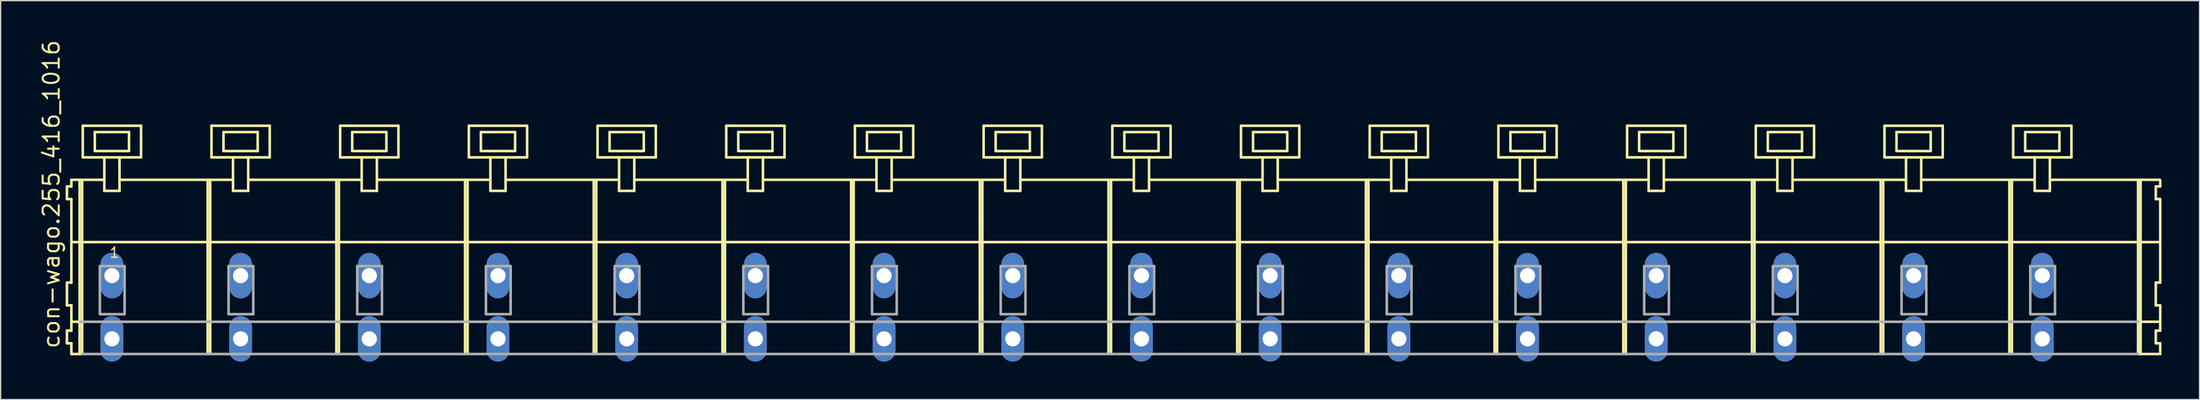
<source format=kicad_pcb>
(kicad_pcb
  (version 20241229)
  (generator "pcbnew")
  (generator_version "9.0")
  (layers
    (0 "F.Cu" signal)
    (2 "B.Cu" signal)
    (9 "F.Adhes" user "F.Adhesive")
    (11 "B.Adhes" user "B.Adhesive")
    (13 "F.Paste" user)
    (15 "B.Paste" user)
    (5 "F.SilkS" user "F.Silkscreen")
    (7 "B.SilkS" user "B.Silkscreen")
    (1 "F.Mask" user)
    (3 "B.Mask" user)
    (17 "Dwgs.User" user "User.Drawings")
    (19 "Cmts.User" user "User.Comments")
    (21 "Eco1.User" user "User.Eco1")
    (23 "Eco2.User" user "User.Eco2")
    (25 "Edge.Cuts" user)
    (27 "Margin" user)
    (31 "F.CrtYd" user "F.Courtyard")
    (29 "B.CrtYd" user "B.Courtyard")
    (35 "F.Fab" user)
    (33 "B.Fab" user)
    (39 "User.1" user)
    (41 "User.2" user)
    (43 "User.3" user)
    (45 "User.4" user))
  (footprint "con-wago.255_416_1016"
    (layer "F.Cu")
    (at 84.525 18.743)
    (property "Reference" "con-wago.255_416_1016" (at -82.775 5.855 90) (layer "F.SilkS") (effects (font (size 1.27 1.27) (thickness 0.16)) (justify left bottom)))
    (attr through_hole)
    (fp_line (start -82.29 -7.05) (end -82.29 -6.05) (stroke (width 0.203) (type default)) (layer "F.SilkS"))
    (fp_line (start -82.29 -6.05) (end -81.94 -6.05) (stroke (width 0.203) (type default)) (layer "F.SilkS"))
    (fp_line (start -82.29 0.55) (end -82.29 2.35) (stroke (width 0.203) (type default)) (layer "F.SilkS"))
    (fp_line (start -82.29 2.35) (end -81.94 2.35) (stroke (width 0.203) (type default)) (layer "F.SilkS"))
    (fp_line (start -82.29 4.35) (end -82.29 5.35) (stroke (width 0.203) (type default)) (layer "F.SilkS"))
    (fp_line (start -82.29 5.35) (end -81.94 5.35) (stroke (width 0.203) (type default)) (layer "F.SilkS"))
    (fp_line (start -81.94 -7.575) (end -81.94 -7.05) (stroke (width 0.203) (type default)) (layer "F.SilkS"))
    (fp_line (start -81.94 -7.575) (end -79.365 -7.575) (stroke (width 0.203) (type default)) (layer "F.SilkS"))
    (fp_line (start -81.94 -7.05) (end -82.29 -7.05) (stroke (width 0.203) (type default)) (layer "F.SilkS"))
    (fp_line (start -81.94 -6.05) (end -81.94 0.55) (stroke (width 0.203) (type default)) (layer "F.SilkS"))
    (fp_line (start -81.94 0.55) (end -82.29 0.55) (stroke (width 0.203) (type default)) (layer "F.SilkS"))
    (fp_line (start -81.94 2.35) (end -81.94 4.35) (stroke (width 0.203) (type default)) (layer "F.SilkS"))
    (fp_line (start -81.94 3.65) (end -81.24 3.65) (stroke (width 0.203) (type default)) (layer "F.SilkS"))
    (fp_line (start -81.94 4.35) (end -82.29 4.35) (stroke (width 0.203) (type default)) (layer "F.SilkS"))
    (fp_line (start -81.94 5.35) (end -81.94 6.2) (stroke (width 0.203) (type default)) (layer "F.SilkS"))
    (fp_line (start -81.94 6.2) (end -81.29 6.2) (stroke (width 0.203) (type default)) (layer "F.SilkS"))
    (fp_line (start -81.89 -2.65) (end 82.92 -2.65) (stroke (width 0.203) (type default)) (layer "F.SilkS"))
    (fp_line (start -81.29 -7.55) (end -81.29 6.2) (stroke (width 0.203) (type default)) (layer "F.SilkS"))
    (fp_line (start -81.29 6.2) (end -81.09 6.2) (stroke (width 0.203) (type default)) (layer "F.SilkS"))
    (fp_line (start -81.09 -7.55) (end -81.09 6.2) (stroke (width 0.203) (type default)) (layer "F.SilkS"))
    (fp_line (start -81.04 -11.85) (end -81.04 -9.35) (stroke (width 0.203) (type default)) (layer "F.SilkS"))
    (fp_line (start -81.04 -9.35) (end -79.34 -9.35) (stroke (width 0.203) (type default)) (layer "F.SilkS"))
    (fp_line (start -80.09 -11.35) (end -80.09 -9.85) (stroke (width 0.203) (type default)) (layer "F.SilkS"))
    (fp_line (start -80.09 -9.85) (end -77.39 -9.85) (stroke (width 0.203) (type default)) (layer "F.SilkS"))
    (fp_line (start -79.34 -9.35) (end -79.34 -6.7) (stroke (width 0.203) (type default)) (layer "F.SilkS"))
    (fp_line (start -79.34 -9.35) (end -78.14 -9.35) (stroke (width 0.203) (type default)) (layer "F.SilkS"))
    (fp_line (start -79.34 -6.7) (end -78.14 -6.7) (stroke (width 0.203) (type default)) (layer "F.SilkS"))
    (fp_line (start -78.14 -9.35) (end -76.44 -9.35) (stroke (width 0.203) (type default)) (layer "F.SilkS"))
    (fp_line (start -78.14 -6.7) (end -78.14 -9.35) (stroke (width 0.203) (type default)) (layer "F.SilkS"))
    (fp_line (start -78.115 -7.575) (end -69.201 -7.575) (stroke (width 0.203) (type default)) (layer "F.SilkS"))
    (fp_line (start -77.39 -11.35) (end -80.09 -11.35) (stroke (width 0.203) (type default)) (layer "F.SilkS"))
    (fp_line (start -77.39 -9.85) (end -77.39 -11.35) (stroke (width 0.203) (type default)) (layer "F.SilkS"))
    (fp_line (start -76.44 -11.85) (end -81.04 -11.85) (stroke (width 0.203) (type default)) (layer "F.SilkS"))
    (fp_line (start -76.44 -9.35) (end -76.44 -11.85) (stroke (width 0.203) (type default)) (layer "F.SilkS"))
    (fp_line (start -71.18 -7.55) (end -71.18 6.2) (stroke (width 0.203) (type default)) (layer "F.SilkS"))
    (fp_line (start -70.98 -7.55) (end -70.98 6.2) (stroke (width 0.203) (type default)) (layer "F.SilkS"))
    (fp_line (start -70.88 -11.85) (end -70.88 -9.35) (stroke (width 0.203) (type default)) (layer "F.SilkS"))
    (fp_line (start -70.88 -9.35) (end -69.18 -9.35) (stroke (width 0.203) (type default)) (layer "F.SilkS"))
    (fp_line (start -69.93 -11.35) (end -69.93 -9.85) (stroke (width 0.203) (type default)) (layer "F.SilkS"))
    (fp_line (start -69.93 -9.85) (end -67.23 -9.85) (stroke (width 0.203) (type default)) (layer "F.SilkS"))
    (fp_line (start -69.18 -9.35) (end -69.18 -6.7) (stroke (width 0.203) (type default)) (layer "F.SilkS"))
    (fp_line (start -69.18 -9.35) (end -67.98 -9.35) (stroke (width 0.203) (type default)) (layer "F.SilkS"))
    (fp_line (start -69.18 -6.7) (end -67.98 -6.7) (stroke (width 0.203) (type default)) (layer "F.SilkS"))
    (fp_line (start -67.98 -9.35) (end -66.28 -9.35) (stroke (width 0.203) (type default)) (layer "F.SilkS"))
    (fp_line (start -67.98 -6.7) (end -67.98 -9.35) (stroke (width 0.203) (type default)) (layer "F.SilkS"))
    (fp_line (start -67.955 -7.575) (end -59.041 -7.575) (stroke (width 0.203) (type default)) (layer "F.SilkS"))
    (fp_line (start -67.23 -11.35) (end -69.93 -11.35) (stroke (width 0.203) (type default)) (layer "F.SilkS"))
    (fp_line (start -67.23 -9.85) (end -67.23 -11.35) (stroke (width 0.203) (type default)) (layer "F.SilkS"))
    (fp_line (start -66.28 -11.85) (end -70.88 -11.85) (stroke (width 0.203) (type default)) (layer "F.SilkS"))
    (fp_line (start -66.28 -9.35) (end -66.28 -11.85) (stroke (width 0.203) (type default)) (layer "F.SilkS"))
    (fp_line (start -61.02 -7.55) (end -61.02 6.2) (stroke (width 0.203) (type default)) (layer "F.SilkS"))
    (fp_line (start -60.82 -7.55) (end -60.82 6.2) (stroke (width 0.203) (type default)) (layer "F.SilkS"))
    (fp_line (start -60.72 -11.85) (end -60.72 -9.35) (stroke (width 0.203) (type default)) (layer "F.SilkS"))
    (fp_line (start -60.72 -9.35) (end -59.02 -9.35) (stroke (width 0.203) (type default)) (layer "F.SilkS"))
    (fp_line (start -59.77 -11.35) (end -59.77 -9.85) (stroke (width 0.203) (type default)) (layer "F.SilkS"))
    (fp_line (start -59.77 -9.85) (end -57.07 -9.85) (stroke (width 0.203) (type default)) (layer "F.SilkS"))
    (fp_line (start -59.02 -9.35) (end -59.02 -6.7) (stroke (width 0.203) (type default)) (layer "F.SilkS"))
    (fp_line (start -59.02 -9.35) (end -57.82 -9.35) (stroke (width 0.203) (type default)) (layer "F.SilkS"))
    (fp_line (start -59.02 -6.7) (end -57.82 -6.7) (stroke (width 0.203) (type default)) (layer "F.SilkS"))
    (fp_line (start -57.82 -9.35) (end -56.12 -9.35) (stroke (width 0.203) (type default)) (layer "F.SilkS"))
    (fp_line (start -57.82 -6.7) (end -57.82 -9.35) (stroke (width 0.203) (type default)) (layer "F.SilkS"))
    (fp_line (start -57.795 -7.575) (end -48.881 -7.575) (stroke (width 0.203) (type default)) (layer "F.SilkS"))
    (fp_line (start -57.07 -11.35) (end -59.77 -11.35) (stroke (width 0.203) (type default)) (layer "F.SilkS"))
    (fp_line (start -57.07 -9.85) (end -57.07 -11.35) (stroke (width 0.203) (type default)) (layer "F.SilkS"))
    (fp_line (start -56.12 -11.85) (end -60.72 -11.85) (stroke (width 0.203) (type default)) (layer "F.SilkS"))
    (fp_line (start -56.12 -9.35) (end -56.12 -11.85) (stroke (width 0.203) (type default)) (layer "F.SilkS"))
    (fp_line (start -50.86 -7.55) (end -50.86 6.2) (stroke (width 0.203) (type default)) (layer "F.SilkS"))
    (fp_line (start -50.66 -7.55) (end -50.66 6.2) (stroke (width 0.203) (type default)) (layer "F.SilkS"))
    (fp_line (start -50.56 -11.85) (end -50.56 -9.35) (stroke (width 0.203) (type default)) (layer "F.SilkS"))
    (fp_line (start -50.56 -9.35) (end -48.86 -9.35) (stroke (width 0.203) (type default)) (layer "F.SilkS"))
    (fp_line (start -49.61 -11.35) (end -49.61 -9.85) (stroke (width 0.203) (type default)) (layer "F.SilkS"))
    (fp_line (start -49.61 -9.85) (end -46.91 -9.85) (stroke (width 0.203) (type default)) (layer "F.SilkS"))
    (fp_line (start -48.86 -9.35) (end -48.86 -6.7) (stroke (width 0.203) (type default)) (layer "F.SilkS"))
    (fp_line (start -48.86 -9.35) (end -47.66 -9.35) (stroke (width 0.203) (type default)) (layer "F.SilkS"))
    (fp_line (start -48.86 -6.7) (end -47.66 -6.7) (stroke (width 0.203) (type default)) (layer "F.SilkS"))
    (fp_line (start -47.66 -9.35) (end -45.96 -9.35) (stroke (width 0.203) (type default)) (layer "F.SilkS"))
    (fp_line (start -47.66 -6.7) (end -47.66 -9.35) (stroke (width 0.203) (type default)) (layer "F.SilkS"))
    (fp_line (start -47.635 -7.575) (end -38.721 -7.575) (stroke (width 0.203) (type default)) (layer "F.SilkS"))
    (fp_line (start -46.91 -11.35) (end -49.61 -11.35) (stroke (width 0.203) (type default)) (layer "F.SilkS"))
    (fp_line (start -46.91 -9.85) (end -46.91 -11.35) (stroke (width 0.203) (type default)) (layer "F.SilkS"))
    (fp_line (start -45.96 -11.85) (end -50.56 -11.85) (stroke (width 0.203) (type default)) (layer "F.SilkS"))
    (fp_line (start -45.96 -9.35) (end -45.96 -11.85) (stroke (width 0.203) (type default)) (layer "F.SilkS"))
    (fp_line (start -40.7 -7.55) (end -40.7 6.2) (stroke (width 0.203) (type default)) (layer "F.SilkS"))
    (fp_line (start -40.5 -7.55) (end -40.5 6.2) (stroke (width 0.203) (type default)) (layer "F.SilkS"))
    (fp_line (start -40.4 -11.85) (end -40.4 -9.35) (stroke (width 0.203) (type default)) (layer "F.SilkS"))
    (fp_line (start -40.4 -9.35) (end -38.7 -9.35) (stroke (width 0.203) (type default)) (layer "F.SilkS"))
    (fp_line (start -39.45 -11.35) (end -39.45 -9.85) (stroke (width 0.203) (type default)) (layer "F.SilkS"))
    (fp_line (start -39.45 -9.85) (end -36.75 -9.85) (stroke (width 0.203) (type default)) (layer "F.SilkS"))
    (fp_line (start -38.7 -9.35) (end -38.7 -6.7) (stroke (width 0.203) (type default)) (layer "F.SilkS"))
    (fp_line (start -38.7 -9.35) (end -37.5 -9.35) (stroke (width 0.203) (type default)) (layer "F.SilkS"))
    (fp_line (start -38.7 -6.7) (end -37.5 -6.7) (stroke (width 0.203) (type default)) (layer "F.SilkS"))
    (fp_line (start -37.5 -9.35) (end -35.8 -9.35) (stroke (width 0.203) (type default)) (layer "F.SilkS"))
    (fp_line (start -37.5 -6.7) (end -37.5 -9.35) (stroke (width 0.203) (type default)) (layer "F.SilkS"))
    (fp_line (start -37.475 -7.575) (end -28.561 -7.575) (stroke (width 0.203) (type default)) (layer "F.SilkS"))
    (fp_line (start -36.75 -11.35) (end -39.45 -11.35) (stroke (width 0.203) (type default)) (layer "F.SilkS"))
    (fp_line (start -36.75 -9.85) (end -36.75 -11.35) (stroke (width 0.203) (type default)) (layer "F.SilkS"))
    (fp_line (start -35.8 -11.85) (end -40.4 -11.85) (stroke (width 0.203) (type default)) (layer "F.SilkS"))
    (fp_line (start -35.8 -9.35) (end -35.8 -11.85) (stroke (width 0.203) (type default)) (layer "F.SilkS"))
    (fp_line (start -30.54 -7.55) (end -30.54 6.2) (stroke (width 0.203) (type default)) (layer "F.SilkS"))
    (fp_line (start -30.34 -7.55) (end -30.34 6.2) (stroke (width 0.203) (type default)) (layer "F.SilkS"))
    (fp_line (start -30.24 -11.85) (end -30.24 -9.35) (stroke (width 0.203) (type default)) (layer "F.SilkS"))
    (fp_line (start -30.24 -9.35) (end -28.54 -9.35) (stroke (width 0.203) (type default)) (layer "F.SilkS"))
    (fp_line (start -29.29 -11.35) (end -29.29 -9.85) (stroke (width 0.203) (type default)) (layer "F.SilkS"))
    (fp_line (start -29.29 -9.85) (end -26.59 -9.85) (stroke (width 0.203) (type default)) (layer "F.SilkS"))
    (fp_line (start -28.54 -9.35) (end -28.54 -6.7) (stroke (width 0.203) (type default)) (layer "F.SilkS"))
    (fp_line (start -28.54 -9.35) (end -27.34 -9.35) (stroke (width 0.203) (type default)) (layer "F.SilkS"))
    (fp_line (start -28.54 -6.7) (end -27.34 -6.7) (stroke (width 0.203) (type default)) (layer "F.SilkS"))
    (fp_line (start -27.34 -9.35) (end -25.64 -9.35) (stroke (width 0.203) (type default)) (layer "F.SilkS"))
    (fp_line (start -27.34 -6.7) (end -27.34 -9.35) (stroke (width 0.203) (type default)) (layer "F.SilkS"))
    (fp_line (start -27.315 -7.575) (end -18.401 -7.575) (stroke (width 0.203) (type default)) (layer "F.SilkS"))
    (fp_line (start -26.59 -11.35) (end -29.29 -11.35) (stroke (width 0.203) (type default)) (layer "F.SilkS"))
    (fp_line (start -26.59 -9.85) (end -26.59 -11.35) (stroke (width 0.203) (type default)) (layer "F.SilkS"))
    (fp_line (start -25.64 -11.85) (end -30.24 -11.85) (stroke (width 0.203) (type default)) (layer "F.SilkS"))
    (fp_line (start -25.64 -9.35) (end -25.64 -11.85) (stroke (width 0.203) (type default)) (layer "F.SilkS"))
    (fp_line (start -20.38 -7.55) (end -20.38 6.2) (stroke (width 0.203) (type default)) (layer "F.SilkS"))
    (fp_line (start -20.18 -7.55) (end -20.18 6.2) (stroke (width 0.203) (type default)) (layer "F.SilkS"))
    (fp_line (start -20.08 -11.85) (end -20.08 -9.35) (stroke (width 0.203) (type default)) (layer "F.SilkS"))
    (fp_line (start -20.08 -9.35) (end -18.38 -9.35) (stroke (width 0.203) (type default)) (layer "F.SilkS"))
    (fp_line (start -19.13 -11.35) (end -19.13 -9.85) (stroke (width 0.203) (type default)) (layer "F.SilkS"))
    (fp_line (start -19.13 -9.85) (end -16.43 -9.85) (stroke (width 0.203) (type default)) (layer "F.SilkS"))
    (fp_line (start -18.38 -9.35) (end -18.38 -6.7) (stroke (width 0.203) (type default)) (layer "F.SilkS"))
    (fp_line (start -18.38 -9.35) (end -17.18 -9.35) (stroke (width 0.203) (type default)) (layer "F.SilkS"))
    (fp_line (start -18.38 -6.7) (end -17.18 -6.7) (stroke (width 0.203) (type default)) (layer "F.SilkS"))
    (fp_line (start -17.18 -9.35) (end -15.48 -9.35) (stroke (width 0.203) (type default)) (layer "F.SilkS"))
    (fp_line (start -17.18 -6.7) (end -17.18 -9.35) (stroke (width 0.203) (type default)) (layer "F.SilkS"))
    (fp_line (start -17.155 -7.575) (end -8.241 -7.575) (stroke (width 0.203) (type default)) (layer "F.SilkS"))
    (fp_line (start -16.43 -11.35) (end -19.13 -11.35) (stroke (width 0.203) (type default)) (layer "F.SilkS"))
    (fp_line (start -16.43 -9.85) (end -16.43 -11.35) (stroke (width 0.203) (type default)) (layer "F.SilkS"))
    (fp_line (start -15.48 -11.85) (end -20.08 -11.85) (stroke (width 0.203) (type default)) (layer "F.SilkS"))
    (fp_line (start -15.48 -9.35) (end -15.48 -11.85) (stroke (width 0.203) (type default)) (layer "F.SilkS"))
    (fp_line (start -10.22 -7.55) (end -10.22 6.2) (stroke (width 0.203) (type default)) (layer "F.SilkS"))
    (fp_line (start -10.02 -7.55) (end -10.02 6.2) (stroke (width 0.203) (type default)) (layer "F.SilkS"))
    (fp_line (start -9.92 -11.85) (end -9.92 -9.35) (stroke (width 0.203) (type default)) (layer "F.SilkS"))
    (fp_line (start -9.92 -9.35) (end -8.22 -9.35) (stroke (width 0.203) (type default)) (layer "F.SilkS"))
    (fp_line (start -8.97 -11.35) (end -8.97 -9.85) (stroke (width 0.203) (type default)) (layer "F.SilkS"))
    (fp_line (start -8.97 -9.85) (end -6.27 -9.85) (stroke (width 0.203) (type default)) (layer "F.SilkS"))
    (fp_line (start -8.22 -9.35) (end -8.22 -6.7) (stroke (width 0.203) (type default)) (layer "F.SilkS"))
    (fp_line (start -8.22 -9.35) (end -7.02 -9.35) (stroke (width 0.203) (type default)) (layer "F.SilkS"))
    (fp_line (start -8.22 -6.7) (end -7.02 -6.7) (stroke (width 0.203) (type default)) (layer "F.SilkS"))
    (fp_line (start -7.02 -9.35) (end -5.32 -9.35) (stroke (width 0.203) (type default)) (layer "F.SilkS"))
    (fp_line (start -7.02 -6.7) (end -7.02 -9.35) (stroke (width 0.203) (type default)) (layer "F.SilkS"))
    (fp_line (start -6.995 -7.575) (end 1.919 -7.575) (stroke (width 0.203) (type default)) (layer "F.SilkS"))
    (fp_line (start -6.27 -11.35) (end -8.97 -11.35) (stroke (width 0.203) (type default)) (layer "F.SilkS"))
    (fp_line (start -6.27 -9.85) (end -6.27 -11.35) (stroke (width 0.203) (type default)) (layer "F.SilkS"))
    (fp_line (start -5.32 -11.85) (end -9.92 -11.85) (stroke (width 0.203) (type default)) (layer "F.SilkS"))
    (fp_line (start -5.32 -9.35) (end -5.32 -11.85) (stroke (width 0.203) (type default)) (layer "F.SilkS"))
    (fp_line (start -0.06 -7.55) (end -0.06 6.2) (stroke (width 0.203) (type default)) (layer "F.SilkS"))
    (fp_line (start 0.14 -7.55) (end 0.14 6.2) (stroke (width 0.203) (type default)) (layer "F.SilkS"))
    (fp_line (start 0.24 -11.85) (end 0.24 -9.35) (stroke (width 0.203) (type default)) (layer "F.SilkS"))
    (fp_line (start 0.24 -9.35) (end 1.94 -9.35) (stroke (width 0.203) (type default)) (layer "F.SilkS"))
    (fp_line (start 1.19 -11.35) (end 1.19 -9.85) (stroke (width 0.203) (type default)) (layer "F.SilkS"))
    (fp_line (start 1.19 -9.85) (end 3.89 -9.85) (stroke (width 0.203) (type default)) (layer "F.SilkS"))
    (fp_line (start 1.94 -9.35) (end 1.94 -6.7) (stroke (width 0.203) (type default)) (layer "F.SilkS"))
    (fp_line (start 1.94 -9.35) (end 3.14 -9.35) (stroke (width 0.203) (type default)) (layer "F.SilkS"))
    (fp_line (start 1.94 -6.7) (end 3.14 -6.7) (stroke (width 0.203) (type default)) (layer "F.SilkS"))
    (fp_line (start 3.14 -9.35) (end 4.84 -9.35) (stroke (width 0.203) (type default)) (layer "F.SilkS"))
    (fp_line (start 3.14 -6.7) (end 3.14 -9.35) (stroke (width 0.203) (type default)) (layer "F.SilkS"))
    (fp_line (start 3.165 -7.575) (end 12.079 -7.575) (stroke (width 0.203) (type default)) (layer "F.SilkS"))
    (fp_line (start 3.89 -11.35) (end 1.19 -11.35) (stroke (width 0.203) (type default)) (layer "F.SilkS"))
    (fp_line (start 3.89 -9.85) (end 3.89 -11.35) (stroke (width 0.203) (type default)) (layer "F.SilkS"))
    (fp_line (start 4.84 -11.85) (end 0.24 -11.85) (stroke (width 0.203) (type default)) (layer "F.SilkS"))
    (fp_line (start 4.84 -9.35) (end 4.84 -11.85) (stroke (width 0.203) (type default)) (layer "F.SilkS"))
    (fp_line (start 10.1 -7.55) (end 10.1 6.2) (stroke (width 0.203) (type default)) (layer "F.SilkS"))
    (fp_line (start 10.3 -7.55) (end 10.3 6.2) (stroke (width 0.203) (type default)) (layer "F.SilkS"))
    (fp_line (start 10.4 -11.85) (end 10.4 -9.35) (stroke (width 0.203) (type default)) (layer "F.SilkS"))
    (fp_line (start 10.4 -9.35) (end 12.1 -9.35) (stroke (width 0.203) (type default)) (layer "F.SilkS"))
    (fp_line (start 11.35 -11.35) (end 11.35 -9.85) (stroke (width 0.203) (type default)) (layer "F.SilkS"))
    (fp_line (start 11.35 -9.85) (end 14.05 -9.85) (stroke (width 0.203) (type default)) (layer "F.SilkS"))
    (fp_line (start 12.1 -9.35) (end 12.1 -6.7) (stroke (width 0.203) (type default)) (layer "F.SilkS"))
    (fp_line (start 12.1 -9.35) (end 13.3 -9.35) (stroke (width 0.203) (type default)) (layer "F.SilkS"))
    (fp_line (start 12.1 -6.7) (end 13.3 -6.7) (stroke (width 0.203) (type default)) (layer "F.SilkS"))
    (fp_line (start 13.3 -9.35) (end 15 -9.35) (stroke (width 0.203) (type default)) (layer "F.SilkS"))
    (fp_line (start 13.3 -6.7) (end 13.3 -9.35) (stroke (width 0.203) (type default)) (layer "F.SilkS"))
    (fp_line (start 13.325 -7.575) (end 22.239 -7.575) (stroke (width 0.203) (type default)) (layer "F.SilkS"))
    (fp_line (start 14.05 -11.35) (end 11.35 -11.35) (stroke (width 0.203) (type default)) (layer "F.SilkS"))
    (fp_line (start 14.05 -9.85) (end 14.05 -11.35) (stroke (width 0.203) (type default)) (layer "F.SilkS"))
    (fp_line (start 15 -11.85) (end 10.4 -11.85) (stroke (width 0.203) (type default)) (layer "F.SilkS"))
    (fp_line (start 15 -9.35) (end 15 -11.85) (stroke (width 0.203) (type default)) (layer "F.SilkS"))
    (fp_line (start 20.26 -7.55) (end 20.26 6.2) (stroke (width 0.203) (type default)) (layer "F.SilkS"))
    (fp_line (start 20.46 -7.55) (end 20.46 6.2) (stroke (width 0.203) (type default)) (layer "F.SilkS"))
    (fp_line (start 20.56 -11.85) (end 20.56 -9.35) (stroke (width 0.203) (type default)) (layer "F.SilkS"))
    (fp_line (start 20.56 -9.35) (end 22.26 -9.35) (stroke (width 0.203) (type default)) (layer "F.SilkS"))
    (fp_line (start 21.51 -11.35) (end 21.51 -9.85) (stroke (width 0.203) (type default)) (layer "F.SilkS"))
    (fp_line (start 21.51 -9.85) (end 24.21 -9.85) (stroke (width 0.203) (type default)) (layer "F.SilkS"))
    (fp_line (start 22.26 -9.35) (end 22.26 -6.7) (stroke (width 0.203) (type default)) (layer "F.SilkS"))
    (fp_line (start 22.26 -9.35) (end 23.46 -9.35) (stroke (width 0.203) (type default)) (layer "F.SilkS"))
    (fp_line (start 22.26 -6.7) (end 23.46 -6.7) (stroke (width 0.203) (type default)) (layer "F.SilkS"))
    (fp_line (start 23.46 -9.35) (end 25.16 -9.35) (stroke (width 0.203) (type default)) (layer "F.SilkS"))
    (fp_line (start 23.46 -6.7) (end 23.46 -9.35) (stroke (width 0.203) (type default)) (layer "F.SilkS"))
    (fp_line (start 23.485 -7.575) (end 32.399 -7.575) (stroke (width 0.203) (type default)) (layer "F.SilkS"))
    (fp_line (start 24.21 -11.35) (end 21.51 -11.35) (stroke (width 0.203) (type default)) (layer "F.SilkS"))
    (fp_line (start 24.21 -9.85) (end 24.21 -11.35) (stroke (width 0.203) (type default)) (layer "F.SilkS"))
    (fp_line (start 25.16 -11.85) (end 20.56 -11.85) (stroke (width 0.203) (type default)) (layer "F.SilkS"))
    (fp_line (start 25.16 -9.35) (end 25.16 -11.85) (stroke (width 0.203) (type default)) (layer "F.SilkS"))
    (fp_line (start 30.42 -7.55) (end 30.42 6.2) (stroke (width 0.203) (type default)) (layer "F.SilkS"))
    (fp_line (start 30.62 -7.55) (end 30.62 6.2) (stroke (width 0.203) (type default)) (layer "F.SilkS"))
    (fp_line (start 30.72 -11.85) (end 30.72 -9.35) (stroke (width 0.203) (type default)) (layer "F.SilkS"))
    (fp_line (start 30.72 -9.35) (end 32.42 -9.35) (stroke (width 0.203) (type default)) (layer "F.SilkS"))
    (fp_line (start 31.67 -11.35) (end 31.67 -9.85) (stroke (width 0.203) (type default)) (layer "F.SilkS"))
    (fp_line (start 31.67 -9.85) (end 34.37 -9.85) (stroke (width 0.203) (type default)) (layer "F.SilkS"))
    (fp_line (start 32.42 -9.35) (end 32.42 -6.7) (stroke (width 0.203) (type default)) (layer "F.SilkS"))
    (fp_line (start 32.42 -9.35) (end 33.62 -9.35) (stroke (width 0.203) (type default)) (layer "F.SilkS"))
    (fp_line (start 32.42 -6.7) (end 33.62 -6.7) (stroke (width 0.203) (type default)) (layer "F.SilkS"))
    (fp_line (start 33.62 -9.35) (end 35.32 -9.35) (stroke (width 0.203) (type default)) (layer "F.SilkS"))
    (fp_line (start 33.62 -6.7) (end 33.62 -9.35) (stroke (width 0.203) (type default)) (layer "F.SilkS"))
    (fp_line (start 33.645 -7.575) (end 42.559 -7.575) (stroke (width 0.203) (type default)) (layer "F.SilkS"))
    (fp_line (start 34.37 -11.35) (end 31.67 -11.35) (stroke (width 0.203) (type default)) (layer "F.SilkS"))
    (fp_line (start 34.37 -9.85) (end 34.37 -11.35) (stroke (width 0.203) (type default)) (layer "F.SilkS"))
    (fp_line (start 35.32 -11.85) (end 30.72 -11.85) (stroke (width 0.203) (type default)) (layer "F.SilkS"))
    (fp_line (start 35.32 -9.35) (end 35.32 -11.85) (stroke (width 0.203) (type default)) (layer "F.SilkS"))
    (fp_line (start 40.58 -7.55) (end 40.58 6.2) (stroke (width 0.203) (type default)) (layer "F.SilkS"))
    (fp_line (start 40.78 -7.55) (end 40.78 6.2) (stroke (width 0.203) (type default)) (layer "F.SilkS"))
    (fp_line (start 40.88 -11.85) (end 40.88 -9.35) (stroke (width 0.203) (type default)) (layer "F.SilkS"))
    (fp_line (start 40.88 -9.35) (end 42.58 -9.35) (stroke (width 0.203) (type default)) (layer "F.SilkS"))
    (fp_line (start 41.83 -11.35) (end 41.83 -9.85) (stroke (width 0.203) (type default)) (layer "F.SilkS"))
    (fp_line (start 41.83 -9.85) (end 44.53 -9.85) (stroke (width 0.203) (type default)) (layer "F.SilkS"))
    (fp_line (start 42.58 -9.35) (end 42.58 -6.7) (stroke (width 0.203) (type default)) (layer "F.SilkS"))
    (fp_line (start 42.58 -9.35) (end 43.78 -9.35) (stroke (width 0.203) (type default)) (layer "F.SilkS"))
    (fp_line (start 42.58 -6.7) (end 43.78 -6.7) (stroke (width 0.203) (type default)) (layer "F.SilkS"))
    (fp_line (start 43.78 -9.35) (end 45.48 -9.35) (stroke (width 0.203) (type default)) (layer "F.SilkS"))
    (fp_line (start 43.78 -6.7) (end 43.78 -9.35) (stroke (width 0.203) (type default)) (layer "F.SilkS"))
    (fp_line (start 43.805 -7.575) (end 52.719 -7.575) (stroke (width 0.203) (type default)) (layer "F.SilkS"))
    (fp_line (start 44.53 -11.35) (end 41.83 -11.35) (stroke (width 0.203) (type default)) (layer "F.SilkS"))
    (fp_line (start 44.53 -9.85) (end 44.53 -11.35) (stroke (width 0.203) (type default)) (layer "F.SilkS"))
    (fp_line (start 45.48 -11.85) (end 40.88 -11.85) (stroke (width 0.203) (type default)) (layer "F.SilkS"))
    (fp_line (start 45.48 -9.35) (end 45.48 -11.85) (stroke (width 0.203) (type default)) (layer "F.SilkS"))
    (fp_line (start 50.74 -7.55) (end 50.74 6.2) (stroke (width 0.203) (type default)) (layer "F.SilkS"))
    (fp_line (start 50.94 -7.55) (end 50.94 6.2) (stroke (width 0.203) (type default)) (layer "F.SilkS"))
    (fp_line (start 51.04 -11.85) (end 51.04 -9.35) (stroke (width 0.203) (type default)) (layer "F.SilkS"))
    (fp_line (start 51.04 -9.35) (end 52.74 -9.35) (stroke (width 0.203) (type default)) (layer "F.SilkS"))
    (fp_line (start 51.99 -11.35) (end 51.99 -9.85) (stroke (width 0.203) (type default)) (layer "F.SilkS"))
    (fp_line (start 51.99 -9.85) (end 54.69 -9.85) (stroke (width 0.203) (type default)) (layer "F.SilkS"))
    (fp_line (start 52.74 -9.35) (end 52.74 -6.7) (stroke (width 0.203) (type default)) (layer "F.SilkS"))
    (fp_line (start 52.74 -9.35) (end 53.94 -9.35) (stroke (width 0.203) (type default)) (layer "F.SilkS"))
    (fp_line (start 52.74 -6.7) (end 53.94 -6.7) (stroke (width 0.203) (type default)) (layer "F.SilkS"))
    (fp_line (start 53.94 -9.35) (end 55.64 -9.35) (stroke (width 0.203) (type default)) (layer "F.SilkS"))
    (fp_line (start 53.94 -6.7) (end 53.94 -9.35) (stroke (width 0.203) (type default)) (layer "F.SilkS"))
    (fp_line (start 53.965 -7.575) (end 62.879 -7.575) (stroke (width 0.203) (type default)) (layer "F.SilkS"))
    (fp_line (start 54.69 -11.35) (end 51.99 -11.35) (stroke (width 0.203) (type default)) (layer "F.SilkS"))
    (fp_line (start 54.69 -9.85) (end 54.69 -11.35) (stroke (width 0.203) (type default)) (layer "F.SilkS"))
    (fp_line (start 55.64 -11.85) (end 51.04 -11.85) (stroke (width 0.203) (type default)) (layer "F.SilkS"))
    (fp_line (start 55.64 -9.35) (end 55.64 -11.85) (stroke (width 0.203) (type default)) (layer "F.SilkS"))
    (fp_line (start 60.9 -7.55) (end 60.9 6.2) (stroke (width 0.203) (type default)) (layer "F.SilkS"))
    (fp_line (start 61.1 -7.55) (end 61.1 6.2) (stroke (width 0.203) (type default)) (layer "F.SilkS"))
    (fp_line (start 61.2 -11.85) (end 61.2 -9.35) (stroke (width 0.203) (type default)) (layer "F.SilkS"))
    (fp_line (start 61.2 -9.35) (end 62.9 -9.35) (stroke (width 0.203) (type default)) (layer "F.SilkS"))
    (fp_line (start 62.15 -11.35) (end 62.15 -9.85) (stroke (width 0.203) (type default)) (layer "F.SilkS"))
    (fp_line (start 62.15 -9.85) (end 64.85 -9.85) (stroke (width 0.203) (type default)) (layer "F.SilkS"))
    (fp_line (start 62.9 -9.35) (end 62.9 -6.7) (stroke (width 0.203) (type default)) (layer "F.SilkS"))
    (fp_line (start 62.9 -9.35) (end 64.1 -9.35) (stroke (width 0.203) (type default)) (layer "F.SilkS"))
    (fp_line (start 62.9 -6.7) (end 64.1 -6.7) (stroke (width 0.203) (type default)) (layer "F.SilkS"))
    (fp_line (start 64.1 -9.35) (end 65.8 -9.35) (stroke (width 0.203) (type default)) (layer "F.SilkS"))
    (fp_line (start 64.1 -6.7) (end 64.1 -9.35) (stroke (width 0.203) (type default)) (layer "F.SilkS"))
    (fp_line (start 64.125 -7.575) (end 73.039 -7.575) (stroke (width 0.203) (type default)) (layer "F.SilkS"))
    (fp_line (start 64.85 -11.35) (end 62.15 -11.35) (stroke (width 0.203) (type default)) (layer "F.SilkS"))
    (fp_line (start 64.85 -9.85) (end 64.85 -11.35) (stroke (width 0.203) (type default)) (layer "F.SilkS"))
    (fp_line (start 65.8 -11.85) (end 61.2 -11.85) (stroke (width 0.203) (type default)) (layer "F.SilkS"))
    (fp_line (start 65.8 -9.35) (end 65.8 -11.85) (stroke (width 0.203) (type default)) (layer "F.SilkS"))
    (fp_line (start 71.06 -7.55) (end 71.06 6.2) (stroke (width 0.203) (type default)) (layer "F.SilkS"))
    (fp_line (start 71.26 -7.55) (end 71.26 6.2) (stroke (width 0.203) (type default)) (layer "F.SilkS"))
    (fp_line (start 71.36 -11.85) (end 71.36 -9.35) (stroke (width 0.203) (type default)) (layer "F.SilkS"))
    (fp_line (start 71.36 -9.35) (end 73.06 -9.35) (stroke (width 0.203) (type default)) (layer "F.SilkS"))
    (fp_line (start 72.31 -11.35) (end 72.31 -9.85) (stroke (width 0.203) (type default)) (layer "F.SilkS"))
    (fp_line (start 72.31 -9.85) (end 75.01 -9.85) (stroke (width 0.203) (type default)) (layer "F.SilkS"))
    (fp_line (start 73.06 -9.35) (end 73.06 -6.7) (stroke (width 0.203) (type default)) (layer "F.SilkS"))
    (fp_line (start 73.06 -9.35) (end 74.26 -9.35) (stroke (width 0.203) (type default)) (layer "F.SilkS"))
    (fp_line (start 73.06 -6.7) (end 74.26 -6.7) (stroke (width 0.203) (type default)) (layer "F.SilkS"))
    (fp_line (start 74.26 -9.35) (end 75.96 -9.35) (stroke (width 0.203) (type default)) (layer "F.SilkS"))
    (fp_line (start 74.26 -6.7) (end 74.26 -9.35) (stroke (width 0.203) (type default)) (layer "F.SilkS"))
    (fp_line (start 74.285 -7.575) (end 82.945 -7.575) (stroke (width 0.203) (type default)) (layer "F.SilkS"))
    (fp_line (start 75.01 -11.35) (end 72.31 -11.35) (stroke (width 0.203) (type default)) (layer "F.SilkS"))
    (fp_line (start 75.01 -9.85) (end 75.01 -11.35) (stroke (width 0.203) (type default)) (layer "F.SilkS"))
    (fp_line (start 75.96 -11.85) (end 71.36 -11.85) (stroke (width 0.203) (type default)) (layer "F.SilkS"))
    (fp_line (start 75.96 -9.35) (end 75.96 -11.85) (stroke (width 0.203) (type default)) (layer "F.SilkS"))
    (fp_line (start 81.22 -7.55) (end 81.22 6.2) (stroke (width 0.203) (type default)) (layer "F.SilkS"))
    (fp_line (start 81.22 6.2) (end 82.97 6.2) (stroke (width 0.203) (type default)) (layer "F.SilkS"))
    (fp_line (start 81.27 3.65) (end 82.97 3.65) (stroke (width 0.203) (type default)) (layer "F.SilkS"))
    (fp_line (start 81.42 -7.55) (end 81.42 6.2) (stroke (width 0.203) (type default)) (layer "F.SilkS"))
    (fp_line (start 82.62 -7.05) (end 82.62 -6.05) (stroke (width 0.203) (type default)) (layer "F.SilkS"))
    (fp_line (start 82.62 -6.05) (end 82.97 -6.05) (stroke (width 0.203) (type default)) (layer "F.SilkS"))
    (fp_line (start 82.62 0.55) (end 82.62 2.35) (stroke (width 0.203) (type default)) (layer "F.SilkS"))
    (fp_line (start 82.62 2.35) (end 82.97 2.35) (stroke (width 0.203) (type default)) (layer "F.SilkS"))
    (fp_line (start 82.62 4.35) (end 82.62 5.35) (stroke (width 0.203) (type default)) (layer "F.SilkS"))
    (fp_line (start 82.62 5.35) (end 82.97 5.35) (stroke (width 0.203) (type default)) (layer "F.SilkS"))
    (fp_line (start 82.97 -7.05) (end 82.62 -7.05) (stroke (width 0.203) (type default)) (layer "F.SilkS"))
    (fp_line (start 82.97 -7.05) (end 82.97 -7.55) (stroke (width 0.203) (type default)) (layer "F.SilkS"))
    (fp_line (start 82.97 0.55) (end 82.62 0.55) (stroke (width 0.203) (type default)) (layer "F.SilkS"))
    (fp_line (start 82.97 0.55) (end 82.97 -6.05) (stroke (width 0.203) (type default)) (layer "F.SilkS"))
    (fp_line (start 82.97 3.65) (end 82.97 2.35) (stroke (width 0.203) (type default)) (layer "F.SilkS"))
    (fp_line (start 82.97 4.35) (end 82.62 4.35) (stroke (width 0.203) (type default)) (layer "F.SilkS"))
    (fp_line (start 82.97 4.35) (end 82.97 3.65) (stroke (width 0.203) (type default)) (layer "F.SilkS"))
    (fp_line (start 82.97 6.2) (end 82.97 5.35) (stroke (width 0.203) (type default)) (layer "F.SilkS"))
    (fp_line (start -81.24 3.65) (end 81.22 3.65) (stroke (width 0.203) (type default)) (layer "F.Fab"))
    (fp_line (start -81.09 6.2) (end 81.22 6.2) (stroke (width 0.203) (type default)) (layer "F.Fab"))
    (fp_line (start -79.69 -0.75) (end -79.69 3.05) (stroke (width 0.203) (type default)) (layer "F.Fab"))
    (fp_line (start -79.69 3.05) (end -77.74 3.05) (stroke (width 0.203) (type default)) (layer "F.Fab"))
    (fp_line (start -77.74 -0.75) (end -79.69 -0.75) (stroke (width 0.203) (type default)) (layer "F.Fab"))
    (fp_line (start -77.74 3.05) (end -77.74 -0.75) (stroke (width 0.203) (type default)) (layer "F.Fab"))
    (fp_line (start -69.53 -0.75) (end -69.53 3.05) (stroke (width 0.203) (type default)) (layer "F.Fab"))
    (fp_line (start -69.53 3.05) (end -67.58 3.05) (stroke (width 0.203) (type default)) (layer "F.Fab"))
    (fp_line (start -67.58 -0.75) (end -69.53 -0.75) (stroke (width 0.203) (type default)) (layer "F.Fab"))
    (fp_line (start -67.58 3.05) (end -67.58 -0.75) (stroke (width 0.203) (type default)) (layer "F.Fab"))
    (fp_line (start -59.37 -0.75) (end -59.37 3.05) (stroke (width 0.203) (type default)) (layer "F.Fab"))
    (fp_line (start -59.37 3.05) (end -57.42 3.05) (stroke (width 0.203) (type default)) (layer "F.Fab"))
    (fp_line (start -57.42 -0.75) (end -59.37 -0.75) (stroke (width 0.203) (type default)) (layer "F.Fab"))
    (fp_line (start -57.42 3.05) (end -57.42 -0.75) (stroke (width 0.203) (type default)) (layer "F.Fab"))
    (fp_line (start -49.21 -0.75) (end -49.21 3.05) (stroke (width 0.203) (type default)) (layer "F.Fab"))
    (fp_line (start -49.21 3.05) (end -47.26 3.05) (stroke (width 0.203) (type default)) (layer "F.Fab"))
    (fp_line (start -47.26 -0.75) (end -49.21 -0.75) (stroke (width 0.203) (type default)) (layer "F.Fab"))
    (fp_line (start -47.26 3.05) (end -47.26 -0.75) (stroke (width 0.203) (type default)) (layer "F.Fab"))
    (fp_line (start -39.05 -0.75) (end -39.05 3.05) (stroke (width 0.203) (type default)) (layer "F.Fab"))
    (fp_line (start -39.05 3.05) (end -37.1 3.05) (stroke (width 0.203) (type default)) (layer "F.Fab"))
    (fp_line (start -37.1 -0.75) (end -39.05 -0.75) (stroke (width 0.203) (type default)) (layer "F.Fab"))
    (fp_line (start -37.1 3.05) (end -37.1 -0.75) (stroke (width 0.203) (type default)) (layer "F.Fab"))
    (fp_line (start -28.89 -0.75) (end -28.89 3.05) (stroke (width 0.203) (type default)) (layer "F.Fab"))
    (fp_line (start -28.89 3.05) (end -26.94 3.05) (stroke (width 0.203) (type default)) (layer "F.Fab"))
    (fp_line (start -26.94 -0.75) (end -28.89 -0.75) (stroke (width 0.203) (type default)) (layer "F.Fab"))
    (fp_line (start -26.94 3.05) (end -26.94 -0.75) (stroke (width 0.203) (type default)) (layer "F.Fab"))
    (fp_line (start -18.73 -0.75) (end -18.73 3.05) (stroke (width 0.203) (type default)) (layer "F.Fab"))
    (fp_line (start -18.73 3.05) (end -16.78 3.05) (stroke (width 0.203) (type default)) (layer "F.Fab"))
    (fp_line (start -16.78 -0.75) (end -18.73 -0.75) (stroke (width 0.203) (type default)) (layer "F.Fab"))
    (fp_line (start -16.78 3.05) (end -16.78 -0.75) (stroke (width 0.203) (type default)) (layer "F.Fab"))
    (fp_line (start -8.57 -0.75) (end -8.57 3.05) (stroke (width 0.203) (type default)) (layer "F.Fab"))
    (fp_line (start -8.57 3.05) (end -6.62 3.05) (stroke (width 0.203) (type default)) (layer "F.Fab"))
    (fp_line (start -6.62 -0.75) (end -8.57 -0.75) (stroke (width 0.203) (type default)) (layer "F.Fab"))
    (fp_line (start -6.62 3.05) (end -6.62 -0.75) (stroke (width 0.203) (type default)) (layer "F.Fab"))
    (fp_line (start 1.59 -0.75) (end 1.59 3.05) (stroke (width 0.203) (type default)) (layer "F.Fab"))
    (fp_line (start 1.59 3.05) (end 3.54 3.05) (stroke (width 0.203) (type default)) (layer "F.Fab"))
    (fp_line (start 3.54 -0.75) (end 1.59 -0.75) (stroke (width 0.203) (type default)) (layer "F.Fab"))
    (fp_line (start 3.54 3.05) (end 3.54 -0.75) (stroke (width 0.203) (type default)) (layer "F.Fab"))
    (fp_line (start 11.75 -0.75) (end 11.75 3.05) (stroke (width 0.203) (type default)) (layer "F.Fab"))
    (fp_line (start 11.75 3.05) (end 13.7 3.05) (stroke (width 0.203) (type default)) (layer "F.Fab"))
    (fp_line (start 13.7 -0.75) (end 11.75 -0.75) (stroke (width 0.203) (type default)) (layer "F.Fab"))
    (fp_line (start 13.7 3.05) (end 13.7 -0.75) (stroke (width 0.203) (type default)) (layer "F.Fab"))
    (fp_line (start 21.91 -0.75) (end 21.91 3.05) (stroke (width 0.203) (type default)) (layer "F.Fab"))
    (fp_line (start 21.91 3.05) (end 23.86 3.05) (stroke (width 0.203) (type default)) (layer "F.Fab"))
    (fp_line (start 23.86 -0.75) (end 21.91 -0.75) (stroke (width 0.203) (type default)) (layer "F.Fab"))
    (fp_line (start 23.86 3.05) (end 23.86 -0.75) (stroke (width 0.203) (type default)) (layer "F.Fab"))
    (fp_line (start 32.07 -0.75) (end 32.07 3.05) (stroke (width 0.203) (type default)) (layer "F.Fab"))
    (fp_line (start 32.07 3.05) (end 34.02 3.05) (stroke (width 0.203) (type default)) (layer "F.Fab"))
    (fp_line (start 34.02 -0.75) (end 32.07 -0.75) (stroke (width 0.203) (type default)) (layer "F.Fab"))
    (fp_line (start 34.02 3.05) (end 34.02 -0.75) (stroke (width 0.203) (type default)) (layer "F.Fab"))
    (fp_line (start 42.23 -0.75) (end 42.23 3.05) (stroke (width 0.203) (type default)) (layer "F.Fab"))
    (fp_line (start 42.23 3.05) (end 44.18 3.05) (stroke (width 0.203) (type default)) (layer "F.Fab"))
    (fp_line (start 44.18 -0.75) (end 42.23 -0.75) (stroke (width 0.203) (type default)) (layer "F.Fab"))
    (fp_line (start 44.18 3.05) (end 44.18 -0.75) (stroke (width 0.203) (type default)) (layer "F.Fab"))
    (fp_line (start 52.39 -0.75) (end 52.39 3.05) (stroke (width 0.203) (type default)) (layer "F.Fab"))
    (fp_line (start 52.39 3.05) (end 54.34 3.05) (stroke (width 0.203) (type default)) (layer "F.Fab"))
    (fp_line (start 54.34 -0.75) (end 52.39 -0.75) (stroke (width 0.203) (type default)) (layer "F.Fab"))
    (fp_line (start 54.34 3.05) (end 54.34 -0.75) (stroke (width 0.203) (type default)) (layer "F.Fab"))
    (fp_line (start 62.55 -0.75) (end 62.55 3.05) (stroke (width 0.203) (type default)) (layer "F.Fab"))
    (fp_line (start 62.55 3.05) (end 64.5 3.05) (stroke (width 0.203) (type default)) (layer "F.Fab"))
    (fp_line (start 64.5 -0.75) (end 62.55 -0.75) (stroke (width 0.203) (type default)) (layer "F.Fab"))
    (fp_line (start 64.5 3.05) (end 64.5 -0.75) (stroke (width 0.203) (type default)) (layer "F.Fab"))
    (fp_line (start 72.71 -0.75) (end 72.71 3.05) (stroke (width 0.203) (type default)) (layer "F.Fab"))
    (fp_line (start 72.71 3.05) (end 74.66 3.05) (stroke (width 0.203) (type default)) (layer "F.Fab"))
    (fp_line (start 74.66 -0.75) (end 72.71 -0.75) (stroke (width 0.203) (type default)) (layer "F.Fab"))
    (fp_line (start 74.66 3.05) (end 74.66 -0.75) (stroke (width 0.203) (type default)) (layer "F.Fab"))
    (fp_text user "1" (at -78.99 -1.35 0) (layer "F.SilkS") (effects (font (size 0.813 0.813) (thickness 0.1)) (justify left bottom)))
    (pad "A1" thru_hole oval (at -78.74 0 90) (size 3.6 1.8) (drill 1.2) (layers "*.Cu" "*.Mask"))
    (pad "A2" thru_hole oval (at -68.58 0 90) (size 3.6 1.8) (drill 1.2) (layers "*.Cu" "*.Mask"))
    (pad "A3" thru_hole oval (at -58.42 0 90) (size 3.6 1.8) (drill 1.2) (layers "*.Cu" "*.Mask"))
    (pad "A4" thru_hole oval (at -48.26 0 90) (size 3.6 1.8) (drill 1.2) (layers "*.Cu" "*.Mask"))
    (pad "A5" thru_hole oval (at -38.1 0 90) (size 3.6 1.8) (drill 1.2) (layers "*.Cu" "*.Mask"))
    (pad "A6" thru_hole oval (at -27.94 0 90) (size 3.6 1.8) (drill 1.2) (layers "*.Cu" "*.Mask"))
    (pad "A7" thru_hole oval (at -17.78 0 90) (size 3.6 1.8) (drill 1.2) (layers "*.Cu" "*.Mask"))
    (pad "A8" thru_hole oval (at -7.62 0 90) (size 3.6 1.8) (drill 1.2) (layers "*.Cu" "*.Mask"))
    (pad "A9" thru_hole oval (at 2.54 0 90) (size 3.6 1.8) (drill 1.2) (layers "*.Cu" "*.Mask"))
    (pad "A10" thru_hole oval (at 12.7 0 90) (size 3.6 1.8) (drill 1.2) (layers "*.Cu" "*.Mask"))
    (pad "A11" thru_hole oval (at 22.86 0 90) (size 3.6 1.8) (drill 1.2) (layers "*.Cu" "*.Mask"))
    (pad "A12" thru_hole oval (at 33.02 0 90) (size 3.6 1.8) (drill 1.2) (layers "*.Cu" "*.Mask"))
    (pad "A13" thru_hole oval (at 43.18 0 90) (size 3.6 1.8) (drill 1.2) (layers "*.Cu" "*.Mask"))
    (pad "A14" thru_hole oval (at 53.34 0 90) (size 3.6 1.8) (drill 1.2) (layers "*.Cu" "*.Mask"))
    (pad "A15" thru_hole oval (at 63.5 0 90) (size 3.6 1.8) (drill 1.2) (layers "*.Cu" "*.Mask"))
    (pad "A16" thru_hole oval (at 73.66 0 90) (size 3.6 1.8) (drill 1.2) (layers "*.Cu" "*.Mask"))
    (pad "B1" thru_hole oval (at -78.74 5 90) (size 3.6 1.8) (drill 1.2) (layers "*.Cu" "*.Mask"))
    (pad "B2" thru_hole oval (at -68.58 5 90) (size 3.6 1.8) (drill 1.2) (layers "*.Cu" "*.Mask"))
    (pad "B3" thru_hole oval (at -58.42 5 90) (size 3.6 1.8) (drill 1.2) (layers "*.Cu" "*.Mask"))
    (pad "B4" thru_hole oval (at -48.26 5 90) (size 3.6 1.8) (drill 1.2) (layers "*.Cu" "*.Mask"))
    (pad "B5" thru_hole oval (at -38.1 5 90) (size 3.6 1.8) (drill 1.2) (layers "*.Cu" "*.Mask"))
    (pad "B6" thru_hole oval (at -27.94 5 90) (size 3.6 1.8) (drill 1.2) (layers "*.Cu" "*.Mask"))
    (pad "B7" thru_hole oval (at -17.78 5 90) (size 3.6 1.8) (drill 1.2) (layers "*.Cu" "*.Mask"))
    (pad "B8" thru_hole oval (at -7.62 5 90) (size 3.6 1.8) (drill 1.2) (layers "*.Cu" "*.Mask"))
    (pad "B9" thru_hole oval (at 2.54 5 90) (size 3.6 1.8) (drill 1.2) (layers "*.Cu" "*.Mask"))
    (pad "B10" thru_hole oval (at 12.7 5 90) (size 3.6 1.8) (drill 1.2) (layers "*.Cu" "*.Mask"))
    (pad "B11" thru_hole oval (at 22.86 5 90) (size 3.6 1.8) (drill 1.2) (layers "*.Cu" "*.Mask"))
    (pad "B12" thru_hole oval (at 33.02 5 90) (size 3.6 1.8) (drill 1.2) (layers "*.Cu" "*.Mask"))
    (pad "B13" thru_hole oval (at 43.18 5 90) (size 3.6 1.8) (drill 1.2) (layers "*.Cu" "*.Mask"))
    (pad "B14" thru_hole oval (at 53.34 5 90) (size 3.6 1.8) (drill 1.2) (layers "*.Cu" "*.Mask"))
    (pad "B15" thru_hole oval (at 63.5 5 90) (size 3.6 1.8) (drill 1.2) (layers "*.Cu" "*.Mask"))
    (pad "B16" thru_hole oval (at 73.66 5 90) (size 3.6 1.8) (drill 1.2) (layers "*.Cu" "*.Mask")))
  (gr_rect
    (start -3 -3)
    (end 170.597 28.543)
    (stroke (width 0.1) (type default))
    (fill no)
    (layer "Edge.Cuts")))
</source>
